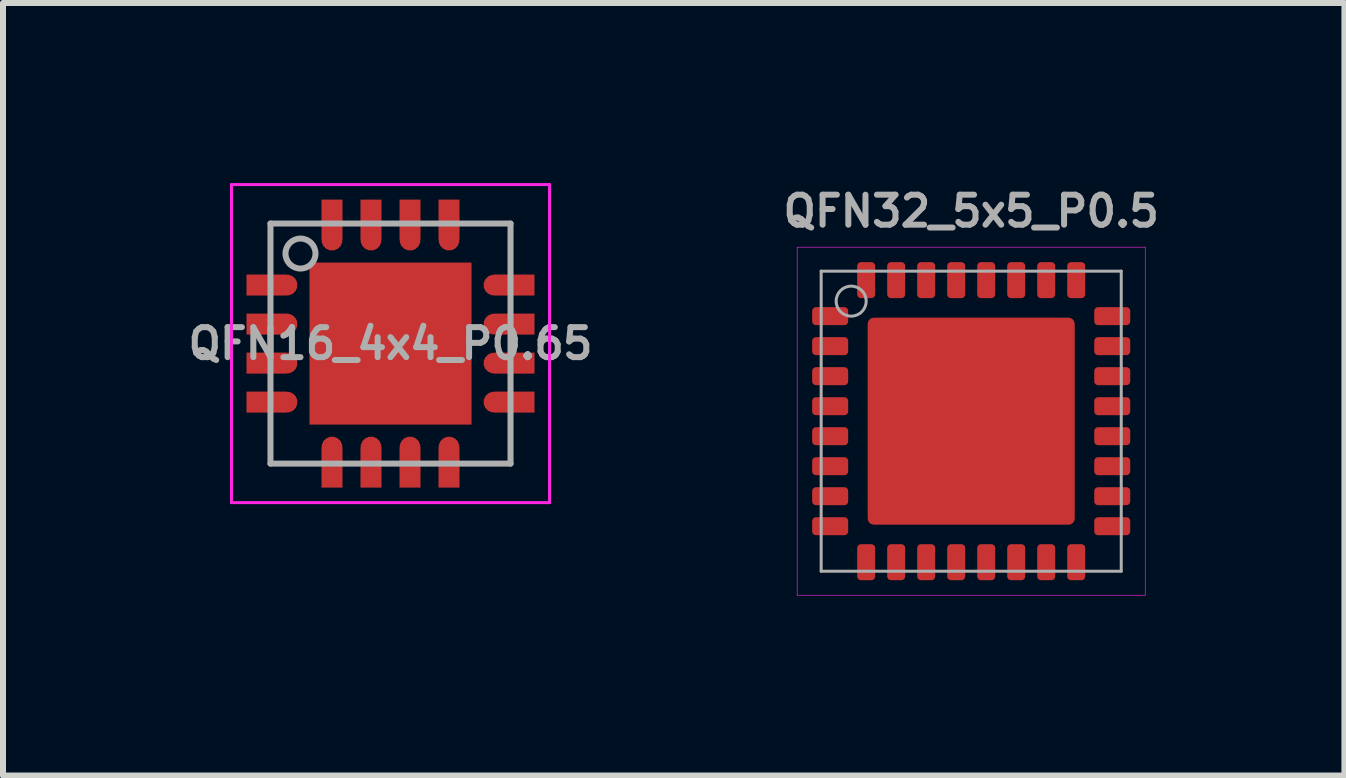
<source format=kicad_pcb>
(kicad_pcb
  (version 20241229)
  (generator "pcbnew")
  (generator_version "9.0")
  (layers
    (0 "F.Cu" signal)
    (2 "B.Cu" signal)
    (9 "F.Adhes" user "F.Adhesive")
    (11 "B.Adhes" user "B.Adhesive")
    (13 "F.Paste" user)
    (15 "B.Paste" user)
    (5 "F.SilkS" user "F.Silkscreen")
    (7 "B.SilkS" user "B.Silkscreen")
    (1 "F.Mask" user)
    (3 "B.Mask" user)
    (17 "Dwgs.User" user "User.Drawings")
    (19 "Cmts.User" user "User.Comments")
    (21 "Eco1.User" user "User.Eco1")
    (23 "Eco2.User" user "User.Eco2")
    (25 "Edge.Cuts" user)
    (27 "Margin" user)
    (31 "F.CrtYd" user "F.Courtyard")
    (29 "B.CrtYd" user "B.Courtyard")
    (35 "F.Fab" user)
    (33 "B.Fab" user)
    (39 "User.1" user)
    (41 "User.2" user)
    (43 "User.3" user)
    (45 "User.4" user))
  (footprint "QFN16_4x4_P0.65"
    (layer "F.Cu")
    (at 3.457 2.675)
    (property "Reference" "QFN16_4x4_P0.65" (at 0 0 0) (layer "F.Fab") (effects (font (size 0.5 0.5) (thickness 0.1))))
    (attr smd)
    (fp_line (start -2.65 -2.65) (end -2.65 2.65) (stroke (width 0.05) (type solid)) (layer "F.CrtYd"))
    (fp_line (start -2.65 -2.65) (end 2.65 -2.65) (stroke (width 0.05) (type solid)) (layer "F.CrtYd"))
    (fp_line (start -2.65 2.65) (end 2.65 2.65) (stroke (width 0.05) (type solid)) (layer "F.CrtYd"))
    (fp_line (start 2.65 -2.65) (end 2.65 2.65) (stroke (width 0.05) (type solid)) (layer "F.CrtYd"))
    (fp_line (start -2 -2) (end 2 -2) (stroke (width 0.1) (type solid)) (layer "F.Fab"))
    (fp_line (start -2 2) (end -2 -2) (stroke (width 0.1) (type solid)) (layer "F.Fab"))
    (fp_line (start 2 -2) (end 2 2) (stroke (width 0.1) (type solid)) (layer "F.Fab"))
    (fp_line (start 2 2) (end -2 2) (stroke (width 0.1) (type solid)) (layer "F.Fab"))
    (fp_circle (center -1.5 -1.5) (end -1.25 -1.5) (stroke (width 0.1) (type solid)) (fill no) (layer "F.Fab"))
    (pad "" smd rect (at -0.7 -0.7) (size 1.1 1.1) (layers "F.Paste"))
    (pad "" smd rect (at -0.7 0.7) (size 1.1 1.1) (layers "F.Paste"))
    (pad "" smd rect (at 0.7 -0.7) (size 1.1 1.1) (layers "F.Paste"))
    (pad "" smd rect (at 0.7 0.7) (size 1.1 1.1) (layers "F.Paste"))
    (pad "1" smd custom (at -2.062 -0.975) (size 0.675 0.35) (layers "F.Cu" "F.Mask" "F.Paste") (options (anchor rect)) (primitives (gr_circle (center 0.338 0) (end 0.512 0) (width 0) (fill yes))))
    (pad "2" smd custom (at -2.062 -0.325) (size 0.675 0.35) (layers "F.Cu" "F.Mask" "F.Paste") (options (anchor rect)) (primitives (gr_circle (center 0.338 0) (end 0.512 0) (width 0) (fill yes))))
    (pad "3" smd custom (at -2.062 0.325) (size 0.675 0.35) (layers "F.Cu" "F.Mask" "F.Paste") (options (anchor rect)) (primitives (gr_circle (center 0.338 0) (end 0.512 0) (width 0) (fill yes))))
    (pad "4" smd custom (at -2.062 0.975) (size 0.675 0.35) (layers "F.Cu" "F.Mask" "F.Paste") (options (anchor rect)) (primitives (gr_circle (center 0.338 0) (end 0.512 0) (width 0) (fill yes))))
    (pad "5" smd custom (at -0.975 2.062 90) (size 0.675 0.35) (layers "F.Cu" "F.Mask" "F.Paste") (options (anchor rect)) (primitives (gr_circle (center 0.338 0) (end 0.512 0) (width 0) (fill yes))))
    (pad "6" smd custom (at -0.325 2.062 90) (size 0.675 0.35) (layers "F.Cu" "F.Mask" "F.Paste") (options (anchor rect)) (primitives (gr_circle (center 0.338 0) (end 0.512 0) (width 0) (fill yes))))
    (pad "7" smd custom (at 0.325 2.062 90) (size 0.675 0.35) (layers "F.Cu" "F.Mask" "F.Paste") (options (anchor rect)) (primitives (gr_circle (center 0.338 0) (end 0.512 0) (width 0) (fill yes))))
    (pad "8" smd custom (at 0.975 2.062 90) (size 0.675 0.35) (layers "F.Cu" "F.Mask" "F.Paste") (options (anchor rect)) (primitives (gr_circle (center 0.338 0) (end 0.512 0) (width 0) (fill yes))))
    (pad "9" smd custom (at 2.062 0.975 180) (size 0.675 0.35) (layers "F.Cu" "F.Mask" "F.Paste") (options (anchor rect)) (primitives (gr_circle (center 0.338 0) (end 0.512 0) (width 0) (fill yes))))
    (pad "10" smd custom (at 2.062 0.325 180) (size 0.675 0.35) (layers "F.Cu" "F.Mask" "F.Paste") (options (anchor rect)) (primitives (gr_circle (center 0.338 0) (end 0.512 0) (width 0) (fill yes))))
    (pad "11" smd custom (at 2.062 -0.325 180) (size 0.675 0.35) (layers "F.Cu" "F.Mask" "F.Paste") (options (anchor rect)) (primitives (gr_circle (center 0.338 0) (end 0.512 0) (width 0) (fill yes))))
    (pad "12" smd custom (at 2.062 -0.975 180) (size 0.675 0.35) (layers "F.Cu" "F.Mask" "F.Paste") (options (anchor rect)) (primitives (gr_circle (center 0.338 0) (end 0.512 0) (width 0) (fill yes))))
    (pad "13" smd custom (at 0.975 -2.062 270) (size 0.675 0.35) (layers "F.Cu" "F.Mask" "F.Paste") (options (anchor rect)) (primitives (gr_circle (center 0.338 0) (end 0.512 0) (width 0) (fill yes))))
    (pad "14" smd custom (at 0.325 -2.062 270) (size 0.675 0.35) (layers "F.Cu" "F.Mask" "F.Paste") (options (anchor rect)) (primitives (gr_circle (center 0.338 0) (end 0.512 0) (width 0) (fill yes))))
    (pad "15" smd custom (at -0.325 -2.062 270) (size 0.675 0.35) (layers "F.Cu" "F.Mask" "F.Paste") (options (anchor rect)) (primitives (gr_circle (center 0.338 0) (end 0.512 0) (width 0) (fill yes))))
    (pad "16" smd custom (at -0.975 -2.062 270) (size 0.675 0.35) (layers "F.Cu" "F.Mask" "F.Paste") (options (anchor rect)) (primitives (gr_circle (center 0.338 0) (end 0.512 0) (width 0) (fill yes))))
    (pad "17" smd rect (at 0 0) (size 2.7 2.7) (layers "F.Cu" "F.Mask")))
  (footprint "QFN32_5x5_P0.5"
    (layer "F.Cu")
    (at 13.133 3.968)
    (property "Reference" "QFN32_5x5_P0.5" (at 0 -3.5 0) (layer "F.Fab") (effects (font (size 0.5 0.5) (thickness 0.1))))
    (attr smd)
    (fp_line (start -2.9 -2.9) (end -2.9 2.9) (stroke (width 0.01) (type solid)) (layer "F.CrtYd"))
    (fp_line (start -2.9 -2.9) (end 2.9 -2.9) (stroke (width 0.01) (type solid)) (layer "F.CrtYd"))
    (fp_line (start -2.9 2.9) (end 2.9 2.9) (stroke (width 0.01) (type solid)) (layer "F.CrtYd"))
    (fp_line (start 2.9 -2.9) (end 2.9 2.9) (stroke (width 0.01) (type solid)) (layer "F.CrtYd"))
    (fp_line (start -2.5 -2.5) (end 2.5 -2.5) (stroke (width 0.05) (type solid)) (layer "F.Fab"))
    (fp_line (start -2.5 2.5) (end -2.5 -2.5) (stroke (width 0.05) (type solid)) (layer "F.Fab"))
    (fp_line (start 2.5 -2.5) (end 2.5 2.5) (stroke (width 0.05) (type solid)) (layer "F.Fab"))
    (fp_line (start 2.5 2.5) (end -2.5 2.5) (stroke (width 0.05) (type solid)) (layer "F.Fab"))
    (fp_circle (center -2 -2) (end -1.75 -2) (stroke (width 0.05) (type solid)) (fill no) (layer "F.Fab"))
    (pad "" smd rect (at -0.875 -0.875) (size 1.25 1.25) (layers "F.Paste"))
    (pad "" smd rect (at -0.875 0.875) (size 1.25 1.25) (layers "F.Paste"))
    (pad "" smd rect (at 0.875 -0.875) (size 1.25 1.25) (layers "F.Paste"))
    (pad "" smd rect (at 0.875 0.875) (size 1.25 1.25) (layers "F.Paste"))
    (pad "1" smd roundrect (at -2.35 -1.75) (size 0.6 0.3) (layers "F.Cu" "F.Mask" "F.Paste") (roundrect_rratio 0.21))
    (pad "2" smd roundrect (at -2.35 -1.25) (size 0.6 0.3) (layers "F.Cu" "F.Mask" "F.Paste") (roundrect_rratio 0.21))
    (pad "3" smd roundrect (at -2.35 -0.75) (size 0.6 0.3) (layers "F.Cu" "F.Mask" "F.Paste") (roundrect_rratio 0.21))
    (pad "4" smd roundrect (at -2.35 -0.25) (size 0.6 0.3) (layers "F.Cu" "F.Mask" "F.Paste") (roundrect_rratio 0.21))
    (pad "5" smd roundrect (at -2.35 0.25) (size 0.6 0.3) (layers "F.Cu" "F.Mask" "F.Paste") (roundrect_rratio 0.21))
    (pad "6" smd roundrect (at -2.35 0.75) (size 0.6 0.3) (layers "F.Cu" "F.Mask" "F.Paste") (roundrect_rratio 0.21))
    (pad "7" smd roundrect (at -2.35 1.25) (size 0.6 0.3) (layers "F.Cu" "F.Mask" "F.Paste") (roundrect_rratio 0.21))
    (pad "8" smd roundrect (at -2.35 1.75) (size 0.6 0.3) (layers "F.Cu" "F.Mask" "F.Paste") (roundrect_rratio 0.21))
    (pad "9" smd roundrect (at -1.75 2.35 90) (size 0.6 0.3) (layers "F.Cu" "F.Mask" "F.Paste") (roundrect_rratio 0.21))
    (pad "10" smd roundrect (at -1.25 2.35 90) (size 0.6 0.3) (layers "F.Cu" "F.Mask" "F.Paste") (roundrect_rratio 0.21))
    (pad "11" smd roundrect (at -0.75 2.35 90) (size 0.6 0.3) (layers "F.Cu" "F.Mask" "F.Paste") (roundrect_rratio 0.21))
    (pad "12" smd roundrect (at -0.25 2.35 90) (size 0.6 0.3) (layers "F.Cu" "F.Mask" "F.Paste") (roundrect_rratio 0.21))
    (pad "13" smd roundrect (at 0.25 2.35 90) (size 0.6 0.3) (layers "F.Cu" "F.Mask" "F.Paste") (roundrect_rratio 0.21))
    (pad "14" smd roundrect (at 0.75 2.35 90) (size 0.6 0.3) (layers "F.Cu" "F.Mask" "F.Paste") (roundrect_rratio 0.21))
    (pad "15" smd roundrect (at 1.25 2.35 90) (size 0.6 0.3) (layers "F.Cu" "F.Mask" "F.Paste") (roundrect_rratio 0.21))
    (pad "16" smd roundrect (at 1.75 2.35 90) (size 0.6 0.3) (layers "F.Cu" "F.Mask" "F.Paste") (roundrect_rratio 0.21))
    (pad "17" smd roundrect (at 2.35 1.75) (size 0.6 0.3) (layers "F.Cu" "F.Mask" "F.Paste") (roundrect_rratio 0.21))
    (pad "18" smd roundrect (at 2.35 1.25) (size 0.6 0.3) (layers "F.Cu" "F.Mask" "F.Paste") (roundrect_rratio 0.21))
    (pad "19" smd roundrect (at 2.35 0.75) (size 0.6 0.3) (layers "F.Cu" "F.Mask" "F.Paste") (roundrect_rratio 0.21))
    (pad "20" smd roundrect (at 2.35 0.25) (size 0.6 0.3) (layers "F.Cu" "F.Mask" "F.Paste") (roundrect_rratio 0.21))
    (pad "21" smd roundrect (at 2.35 -0.25) (size 0.6 0.3) (layers "F.Cu" "F.Mask" "F.Paste") (roundrect_rratio 0.21))
    (pad "22" smd roundrect (at 2.35 -0.75) (size 0.6 0.3) (layers "F.Cu" "F.Mask" "F.Paste") (roundrect_rratio 0.21))
    (pad "23" smd roundrect (at 2.35 -1.25) (size 0.6 0.3) (layers "F.Cu" "F.Mask" "F.Paste") (roundrect_rratio 0.21))
    (pad "24" smd roundrect (at 2.35 -1.75) (size 0.6 0.3) (layers "F.Cu" "F.Mask" "F.Paste") (roundrect_rratio 0.21))
    (pad "25" smd roundrect (at 1.75 -2.35 90) (size 0.6 0.3) (layers "F.Cu" "F.Mask" "F.Paste") (roundrect_rratio 0.21))
    (pad "26" smd roundrect (at 1.25 -2.35 90) (size 0.6 0.3) (layers "F.Cu" "F.Mask" "F.Paste") (roundrect_rratio 0.21))
    (pad "27" smd roundrect (at 0.75 -2.35 90) (size 0.6 0.3) (layers "F.Cu" "F.Mask" "F.Paste") (roundrect_rratio 0.21))
    (pad "28" smd roundrect (at 0.25 -2.35 90) (size 0.6 0.3) (layers "F.Cu" "F.Mask" "F.Paste") (roundrect_rratio 0.21))
    (pad "29" smd roundrect (at -0.25 -2.35 90) (size 0.6 0.3) (layers "F.Cu" "F.Mask" "F.Paste") (roundrect_rratio 0.21))
    (pad "30" smd roundrect (at -0.75 -2.35 90) (size 0.6 0.3) (layers "F.Cu" "F.Mask" "F.Paste") (roundrect_rratio 0.21))
    (pad "31" smd roundrect (at -1.25 -2.35 90) (size 0.6 0.3) (layers "F.Cu" "F.Mask" "F.Paste") (roundrect_rratio 0.21))
    (pad "32" smd roundrect (at -1.75 -2.35 90) (size 0.6 0.3) (layers "F.Cu" "F.Mask" "F.Paste") (roundrect_rratio 0.21))
    (pad "33" smd roundrect (at 0 0) (size 3.45 3.45) (layers "F.Cu" "F.Mask") (roundrect_rratio 0.03)))
  (gr_rect
    (start -3 -3)
    (end 19.352 9.873)
    (stroke (width 0.1) (type default))
    (fill no)
    (layer "Edge.Cuts")))
</source>
